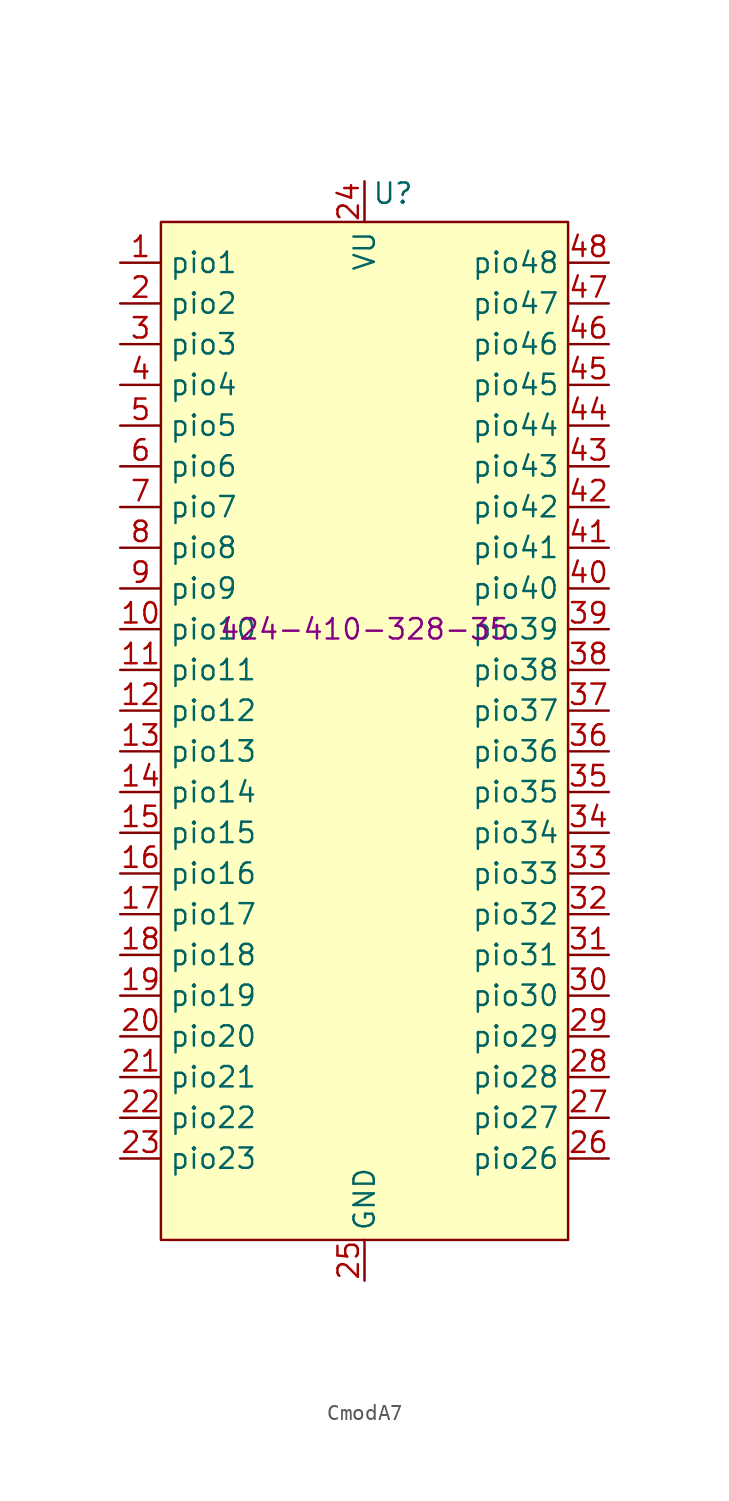
<source format=kicad_sym>
(kicad_symbol_lib
  (version 20231120)
  (generator "kicad_symbol_editor")
  (generator_version "8.0")
  (symbol "CmodA7"
    (property "Reference" "U"
      (at 1.778 27.178 0)
      (effects (font (size 1.27 1.27))))
    (property "Value" ""
      (at 0 0 0)
      (effects (font (size 1.27 1.27))))
    (property "Mouser" "424-410-328-35"
      (at 0 0 0)
      (effects (font (size 1.27 1.27))))
    (symbol "CmodA7_1_1"
      (rectangle (start -12.7 25.4) (end 12.7 -38.1) (stroke (width 0) (type default)) (fill (type background)))
      (pin bidirectional line (at -15.24 22.86 0) (length 2.54) (name "pio1" (effects (font (size 1.27 1.27)))) (number "1" (effects (font (size 1.27 1.27)))))
      (pin bidirectional line (at -15.24 0 0) (length 2.54) (name "pio10" (effects (font (size 1.27 1.27)))) (number "10" (effects (font (size 1.27 1.27)))))
      (pin bidirectional line (at -15.24 -2.54 0) (length 2.54) (name "pio11" (effects (font (size 1.27 1.27)))) (number "11" (effects (font (size 1.27 1.27)))))
      (pin bidirectional line (at -15.24 -5.08 0) (length 2.54) (name "pio12" (effects (font (size 1.27 1.27)))) (number "12" (effects (font (size 1.27 1.27)))))
      (pin bidirectional line (at -15.24 -7.62 0) (length 2.54) (name "pio13" (effects (font (size 1.27 1.27)))) (number "13" (effects (font (size 1.27 1.27)))))
      (pin bidirectional line (at -15.24 -10.16 0) (length 2.54) (name "pio14" (effects (font (size 1.27 1.27)))) (number "14" (effects (font (size 1.27 1.27)))))
      (pin bidirectional line (at -15.24 -12.7 0) (length 2.54) (name "pio15" (effects (font (size 1.27 1.27)))) (number "15" (effects (font (size 1.27 1.27)))))
      (pin bidirectional line (at -15.24 -15.24 0) (length 2.54) (name "pio16" (effects (font (size 1.27 1.27)))) (number "16" (effects (font (size 1.27 1.27)))))
      (pin bidirectional line (at -15.24 -17.78 0) (length 2.54) (name "pio17" (effects (font (size 1.27 1.27)))) (number "17" (effects (font (size 1.27 1.27)))))
      (pin bidirectional line (at -15.24 -20.32 0) (length 2.54) (name "pio18" (effects (font (size 1.27 1.27)))) (number "18" (effects (font (size 1.27 1.27)))))
      (pin bidirectional line (at -15.24 -22.86 0) (length 2.54) (name "pio19" (effects (font (size 1.27 1.27)))) (number "19" (effects (font (size 1.27 1.27)))))
      (pin bidirectional line (at -15.24 20.32 0) (length 2.54) (name "pio2" (effects (font (size 1.27 1.27)))) (number "2" (effects (font (size 1.27 1.27)))))
      (pin bidirectional line (at -15.24 -25.4 0) (length 2.54) (name "pio20" (effects (font (size 1.27 1.27)))) (number "20" (effects (font (size 1.27 1.27)))))
      (pin bidirectional line (at -15.24 -27.94 0) (length 2.54) (name "pio21" (effects (font (size 1.27 1.27)))) (number "21" (effects (font (size 1.27 1.27)))))
      (pin bidirectional line (at -15.24 -30.48 0) (length 2.54) (name "pio22" (effects (font (size 1.27 1.27)))) (number "22" (effects (font (size 1.27 1.27)))))
      (pin bidirectional line (at -15.24 -33.02 0) (length 2.54) (name "pio23" (effects (font (size 1.27 1.27)))) (number "23" (effects (font (size 1.27 1.27)))))
      (pin power_in line (at 0 27.94 270) (length 2.54) (name "VU" (effects (font (size 1.27 1.27)))) (number "24" (effects (font (size 1.27 1.27)))))
      (pin power_in line (at 0 -40.64 90) (length 2.54) (name "GND" (effects (font (size 1.27 1.27)))) (number "25" (effects (font (size 1.27 1.27)))))
      (pin bidirectional line (at 15.24 -33.02 180) (length 2.54) (name "pio26" (effects (font (size 1.27 1.27)))) (number "26" (effects (font (size 1.27 1.27)))))
      (pin bidirectional line (at 15.24 -30.48 180) (length 2.54) (name "pio27" (effects (font (size 1.27 1.27)))) (number "27" (effects (font (size 1.27 1.27)))))
      (pin bidirectional line (at 15.24 -27.94 180) (length 2.54) (name "pio28" (effects (font (size 1.27 1.27)))) (number "28" (effects (font (size 1.27 1.27)))))
      (pin bidirectional line (at 15.24 -25.4 180) (length 2.54) (name "pio29" (effects (font (size 1.27 1.27)))) (number "29" (effects (font (size 1.27 1.27)))))
      (pin bidirectional line (at -15.24 17.78 0) (length 2.54) (name "pio3" (effects (font (size 1.27 1.27)))) (number "3" (effects (font (size 1.27 1.27)))))
      (pin bidirectional line (at 15.24 -22.86 180) (length 2.54) (name "pio30" (effects (font (size 1.27 1.27)))) (number "30" (effects (font (size 1.27 1.27)))))
      (pin bidirectional line (at 15.24 -20.32 180) (length 2.54) (name "pio31" (effects (font (size 1.27 1.27)))) (number "31" (effects (font (size 1.27 1.27)))))
      (pin bidirectional line (at 15.24 -17.78 180) (length 2.54) (name "pio32" (effects (font (size 1.27 1.27)))) (number "32" (effects (font (size 1.27 1.27)))))
      (pin bidirectional line (at 15.24 -15.24 180) (length 2.54) (name "pio33" (effects (font (size 1.27 1.27)))) (number "33" (effects (font (size 1.27 1.27)))))
      (pin bidirectional line (at 15.24 -12.7 180) (length 2.54) (name "pio34" (effects (font (size 1.27 1.27)))) (number "34" (effects (font (size 1.27 1.27)))))
      (pin bidirectional line (at 15.24 -10.16 180) (length 2.54) (name "pio35" (effects (font (size 1.27 1.27)))) (number "35" (effects (font (size 1.27 1.27)))))
      (pin bidirectional line (at 15.24 -7.62 180) (length 2.54) (name "pio36" (effects (font (size 1.27 1.27)))) (number "36" (effects (font (size 1.27 1.27)))))
      (pin bidirectional line (at 15.24 -5.08 180) (length 2.54) (name "pio37" (effects (font (size 1.27 1.27)))) (number "37" (effects (font (size 1.27 1.27)))))
      (pin bidirectional line (at 15.24 -2.54 180) (length 2.54) (name "pio38" (effects (font (size 1.27 1.27)))) (number "38" (effects (font (size 1.27 1.27)))))
      (pin bidirectional line (at 15.24 0 180) (length 2.54) (name "pio39" (effects (font (size 1.27 1.27)))) (number "39" (effects (font (size 1.27 1.27)))))
      (pin bidirectional line (at -15.24 15.24 0) (length 2.54) (name "pio4" (effects (font (size 1.27 1.27)))) (number "4" (effects (font (size 1.27 1.27)))))
      (pin bidirectional line (at 15.24 2.54 180) (length 2.54) (name "pio40" (effects (font (size 1.27 1.27)))) (number "40" (effects (font (size 1.27 1.27)))))
      (pin bidirectional line (at 15.24 5.08 180) (length 2.54) (name "pio41" (effects (font (size 1.27 1.27)))) (number "41" (effects (font (size 1.27 1.27)))))
      (pin bidirectional line (at 15.24 7.62 180) (length 2.54) (name "pio42" (effects (font (size 1.27 1.27)))) (number "42" (effects (font (size 1.27 1.27)))))
      (pin bidirectional line (at 15.24 10.16 180) (length 2.54) (name "pio43" (effects (font (size 1.27 1.27)))) (number "43" (effects (font (size 1.27 1.27)))))
      (pin bidirectional line (at 15.24 12.7 180) (length 2.54) (name "pio44" (effects (font (size 1.27 1.27)))) (number "44" (effects (font (size 1.27 1.27)))))
      (pin bidirectional line (at 15.24 15.24 180) (length 2.54) (name "pio45" (effects (font (size 1.27 1.27)))) (number "45" (effects (font (size 1.27 1.27)))))
      (pin bidirectional line (at 15.24 17.78 180) (length 2.54) (name "pio46" (effects (font (size 1.27 1.27)))) (number "46" (effects (font (size 1.27 1.27)))))
      (pin bidirectional line (at 15.24 20.32 180) (length 2.54) (name "pio47" (effects (font (size 1.27 1.27)))) (number "47" (effects (font (size 1.27 1.27)))))
      (pin bidirectional line (at 15.24 22.86 180) (length 2.54) (name "pio48" (effects (font (size 1.27 1.27)))) (number "48" (effects (font (size 1.27 1.27)))))
      (pin bidirectional line (at -15.24 12.7 0) (length 2.54) (name "pio5" (effects (font (size 1.27 1.27)))) (number "5" (effects (font (size 1.27 1.27)))))
      (pin bidirectional line (at -15.24 10.16 0) (length 2.54) (name "pio6" (effects (font (size 1.27 1.27)))) (number "6" (effects (font (size 1.27 1.27)))))
      (pin bidirectional line (at -15.24 7.62 0) (length 2.54) (name "pio7" (effects (font (size 1.27 1.27)))) (number "7" (effects (font (size 1.27 1.27)))))
      (pin bidirectional line (at -15.24 5.08 0) (length 2.54) (name "pio8" (effects (font (size 1.27 1.27)))) (number "8" (effects (font (size 1.27 1.27)))))
      (pin bidirectional line (at -15.24 2.54 0) (length 2.54) (name "pio9" (effects (font (size 1.27 1.27)))) (number "9" (effects (font (size 1.27 1.27))))))))
</source>
